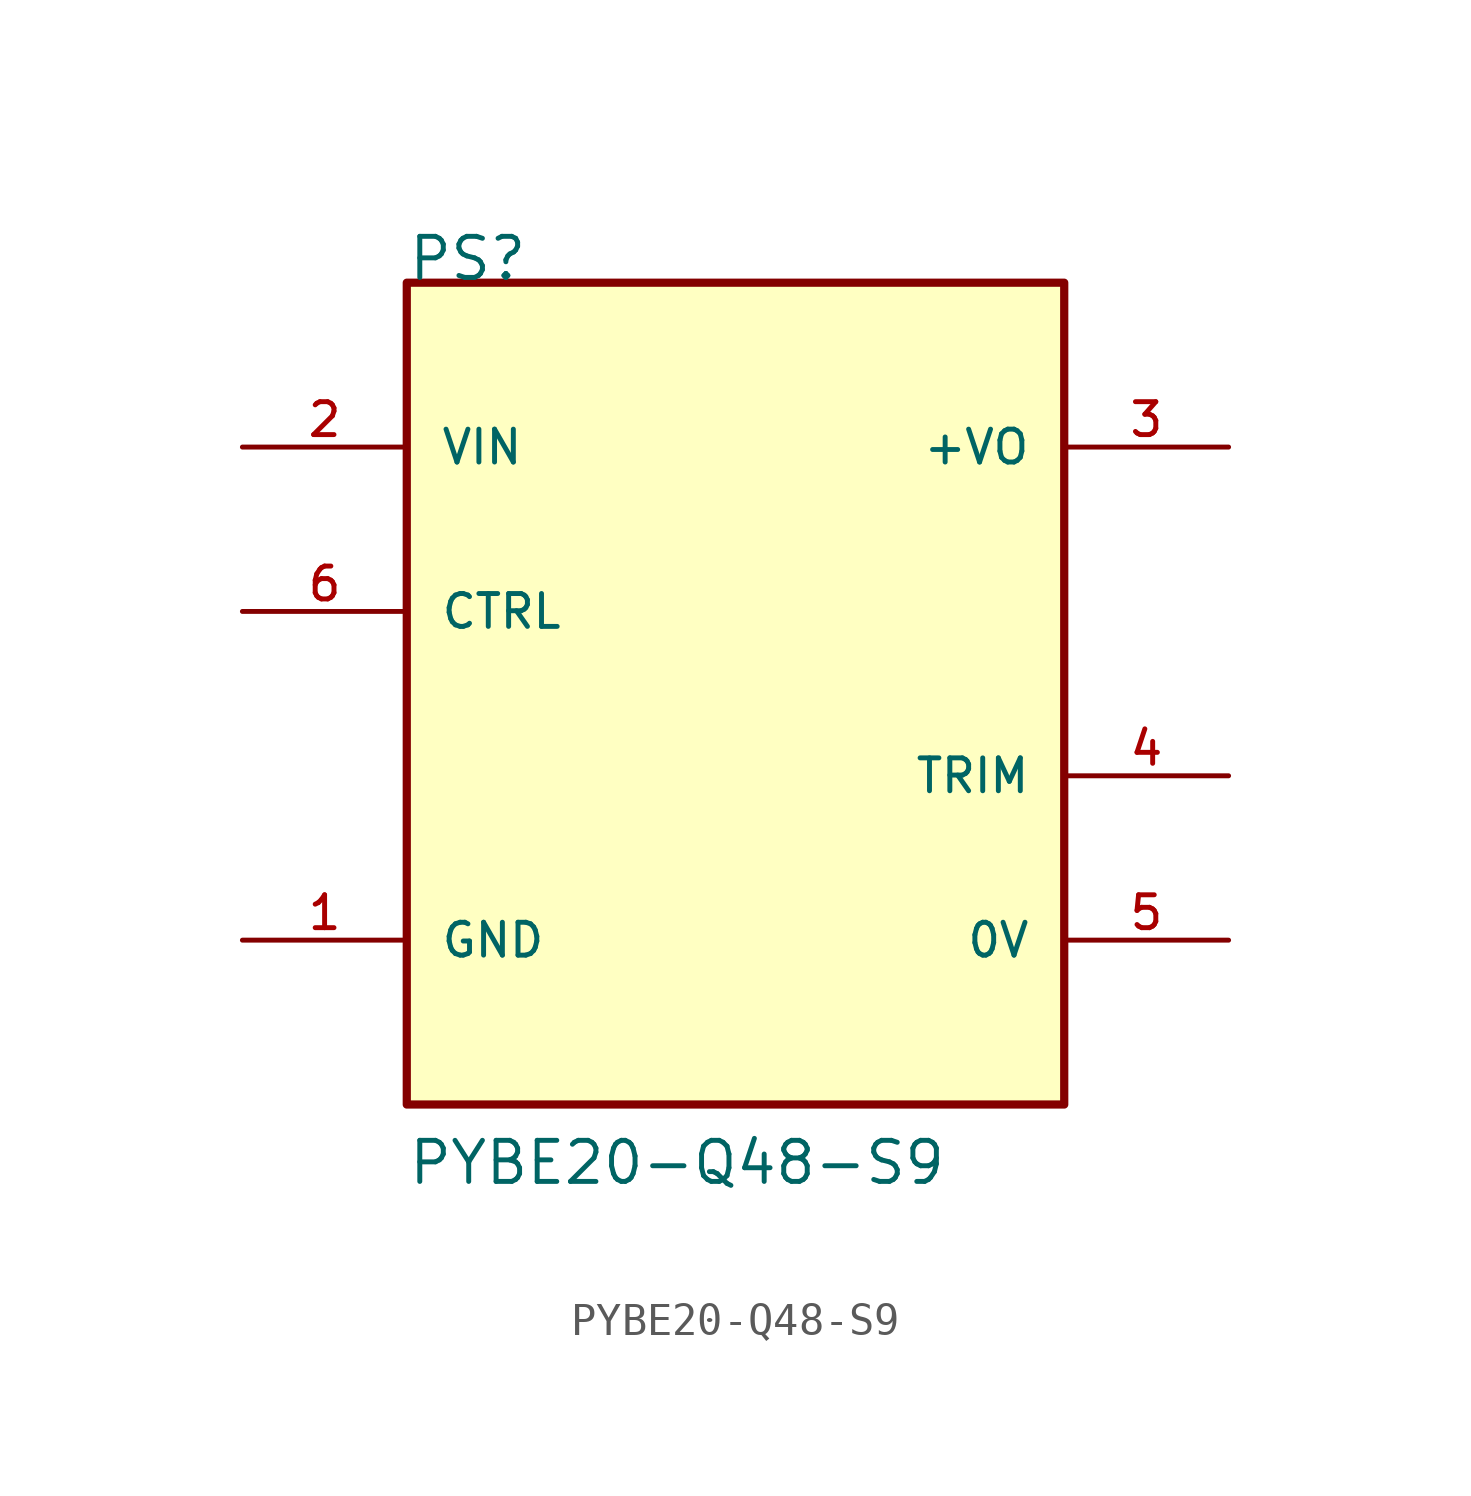
<source format=kicad_sym>
(kicad_symbol_lib
  (version 20211014)
  (generator kicad_symbol_editor)
  (symbol "PYBE20-Q48-S9"
    (pin_names
      (offset 1.016))
    (property "Reference" "PS"
      (at -10.16 12.7 0)
      (effects (font (size 1.27 1.27)) (justify bottom left)))
    (property "Value" "PYBE20-Q48-S9"
      (at -10.16 -15.24 0)
      (effects (font (size 1.27 1.27)) (justify bottom left)))
    (symbol "PYBE20-Q48-S9_0_0"
      (rectangle (start -10.16 -12.7) (end 10.16 12.7) (stroke (width 0.254)) (fill (type background)))
      (pin input line (at -15.24 7.62 0) (length 5.08) (name "VIN" (effects (font (size 1.016 1.016)))) (number "2" (effects (font (size 1.016 1.016)))))
      (pin power_in line (at -15.24 -7.62 0) (length 5.08) (name "GND" (effects (font (size 1.016 1.016)))) (number "1" (effects (font (size 1.016 1.016)))))
      (pin output line (at 15.24 7.62 180.0) (length 5.08) (name "+VO" (effects (font (size 1.016 1.016)))) (number "3" (effects (font (size 1.016 1.016)))))
      (pin power_in line (at 15.24 -7.62 180.0) (length 5.08) (name "0V" (effects (font (size 1.016 1.016)))) (number "5" (effects (font (size 1.016 1.016)))))
      (pin input line (at -15.24 2.54 0) (length 5.08) (name "CTRL" (effects (font (size 1.016 1.016)))) (number "6" (effects (font (size 1.016 1.016)))))
      (pin input line (at 15.24 -2.54 180.0) (length 5.08) (name "TRIM" (effects (font (size 1.016 1.016)))) (number "4" (effects (font (size 1.016 1.016))))))))
</source>
